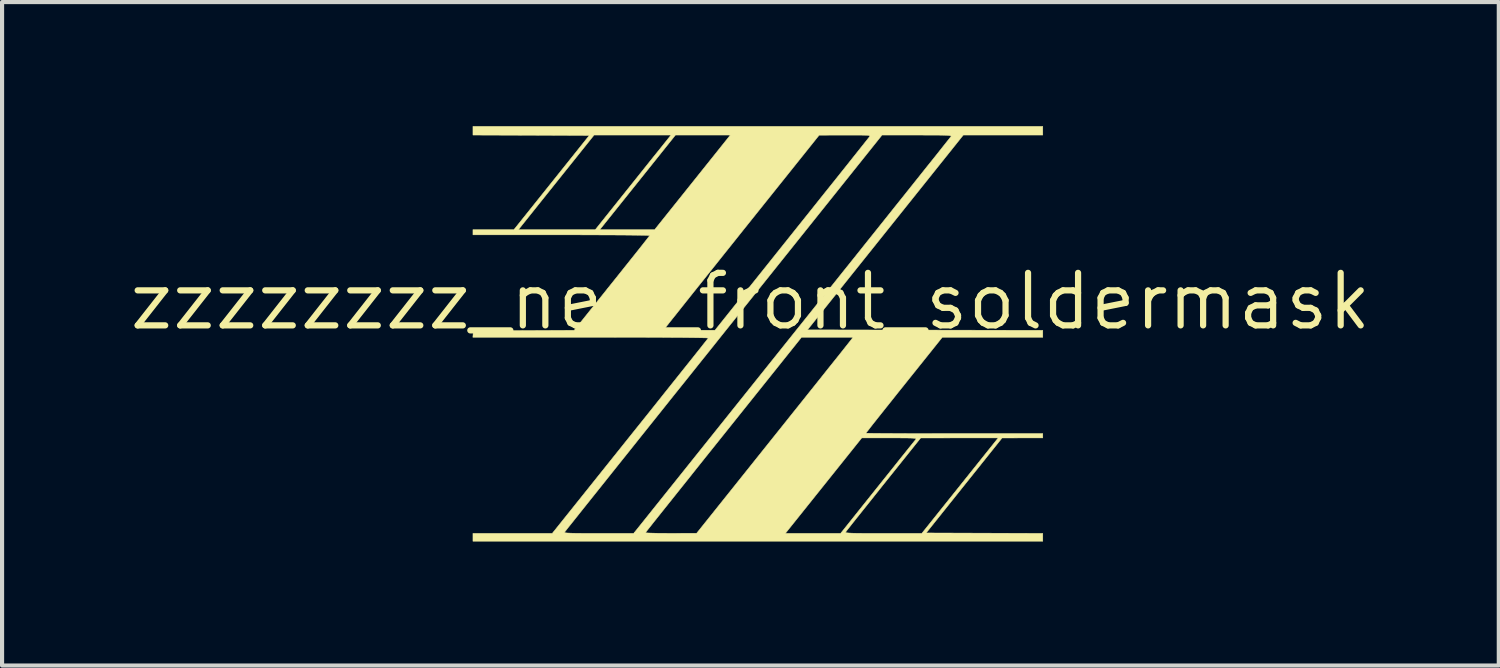
<source format=kicad_pcb>
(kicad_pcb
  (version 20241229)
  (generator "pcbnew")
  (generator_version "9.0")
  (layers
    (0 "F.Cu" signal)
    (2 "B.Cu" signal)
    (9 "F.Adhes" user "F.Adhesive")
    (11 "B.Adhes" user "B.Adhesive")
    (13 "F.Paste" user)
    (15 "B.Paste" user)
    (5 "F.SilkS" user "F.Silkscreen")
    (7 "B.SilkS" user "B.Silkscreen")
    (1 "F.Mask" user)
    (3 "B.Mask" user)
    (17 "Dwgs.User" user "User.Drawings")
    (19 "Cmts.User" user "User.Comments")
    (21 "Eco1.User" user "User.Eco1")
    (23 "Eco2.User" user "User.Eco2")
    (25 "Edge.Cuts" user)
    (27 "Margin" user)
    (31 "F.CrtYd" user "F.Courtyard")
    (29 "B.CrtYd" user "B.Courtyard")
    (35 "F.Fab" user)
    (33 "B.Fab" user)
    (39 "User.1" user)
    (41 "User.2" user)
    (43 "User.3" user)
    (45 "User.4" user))
  (footprint "zzzzzzzz_new_front_soldermask"
    (layer "F.Cu")
    (at 15.096 4.238)
    (property "Reference" "zzzzzzzz_new_front_soldermask" (at 0 0 0) (layer "F.SilkS") (effects (font (size 1.27 1.27) (thickness 0.15))))
    (attr through_hole)
    (fp_poly (pts (xy -2.844 -4.063) (xy -2.666 -4.062) (xy -2.501 -4.06) (xy -2.354 -4.058) (xy -2.233 -4.056) (xy -2.142 -4.052) (xy -2.099 -4.05) (xy -2.013 -4.042) (xy -1.961 -4.034) (xy -1.937 -4.023) (xy -1.931 -4.007) (xy -1.933 -3.997) (xy -1.948 -3.974) (xy -1.987 -3.921) (xy -2.048 -3.841) (xy -2.129 -3.736) (xy -2.228 -3.609) (xy -2.343 -3.463) (xy -2.471 -3.301) (xy -2.61 -3.126) (xy -2.758 -2.939) (xy -2.849 -2.826) (xy -3.755 -1.693) (xy -4.645 -1.696) (xy -4.836 -1.697) (xy -5.015 -1.698) (xy -5.177 -1.699) (xy -5.318 -1.701) (xy -5.432 -1.703) (xy -5.516 -1.705) (xy -5.564 -1.707) (xy -5.573 -1.708) (xy -5.602 -1.731) (xy -5.605 -1.751) (xy -5.591 -1.773) (xy -5.553 -1.825) (xy -5.492 -1.905) (xy -5.412 -2.009) (xy -5.313 -2.135) (xy -5.199 -2.28) (xy -5.072 -2.442) (xy -4.933 -2.618) (xy -4.784 -2.804) (xy -4.688 -2.924) (xy -3.778 -4.063) (xy -3.027 -4.064) (xy -2.844 -4.063)) (stroke (width 0.01) (type solid)) (fill yes) (layer "F.Mask"))
    (fp_poly (pts (xy 5.022 3.281) (xy 5.216 3.282) (xy 5.397 3.283) (xy 5.56 3.285) (xy 5.703 3.287) (xy 5.819 3.291) (xy 5.905 3.294) (xy 5.955 3.298) (xy 5.967 3.3) (xy 5.974 3.304) (xy 5.98 3.308) (xy 5.982 3.315) (xy 5.98 3.325) (xy 5.971 3.343) (xy 5.954 3.37) (xy 5.927 3.408) (xy 5.889 3.46) (xy 5.837 3.528) (xy 5.77 3.614) (xy 5.686 3.72) (xy 5.584 3.849) (xy 5.462 4.002) (xy 5.317 4.183) (xy 5.15 4.394) (xy 5.027 4.547) (xy 4.18 5.609) (xy 3.245 5.609) (xy 2.984 5.609) (xy 2.766 5.607) (xy 2.589 5.605) (xy 2.454 5.601) (xy 2.36 5.597) (xy 2.308 5.591) (xy 2.296 5.587) (xy 2.295 5.553) (xy 2.302 5.539) (xy 2.318 5.519) (xy 2.359 5.468) (xy 2.421 5.39) (xy 2.504 5.287) (xy 2.604 5.162) (xy 2.719 5.018) (xy 2.847 4.857) (xy 2.986 4.683) (xy 3.134 4.498) (xy 3.214 4.397) (xy 4.107 3.281) (xy 5.022 3.281)) (stroke (width 0.01) (type solid)) (fill yes) (layer "F.Mask"))
    (fp_poly (pts (xy 4.286 -4.063) (xy 4.488 -4.062) (xy 4.653 -4.059) (xy 4.777 -4.056) (xy 4.861 -4.051) (xy 4.905 -4.046) (xy 4.911 -4.043) (xy 4.898 -4.025) (xy 4.859 -3.975) (xy 4.796 -3.895) (xy 4.71 -3.785) (xy 4.602 -3.648) (xy 4.472 -3.484) (xy 4.322 -3.295) (xy 4.152 -3.082) (xy 3.965 -2.847) (xy 3.761 -2.59) (xy 3.54 -2.313) (xy 3.304 -2.018) (xy 3.055 -1.705) (xy 2.792 -1.376) (xy 2.518 -1.032) (xy 2.232 -0.675) (xy 1.937 -0.305) (xy 1.633 0.075) (xy 1.321 0.465) (xy 1.058 0.794) (xy -2.794 5.609) (xy -3.639 5.609) (xy -3.883 5.609) (xy -4.085 5.607) (xy -4.247 5.604) (xy -4.368 5.601) (xy -4.449 5.596) (xy -4.492 5.59) (xy -4.499 5.587) (xy -4.498 5.555) (xy -4.482 5.528) (xy -4.462 5.504) (xy -4.418 5.45) (xy -4.356 5.371) (xy -4.277 5.273) (xy -4.186 5.158) (xy -4.085 5.031) (xy -4.031 4.964) (xy -3.981 4.9) (xy -3.905 4.805) (xy -3.805 4.679) (xy -3.683 4.526) (xy -3.54 4.346) (xy -3.376 4.141) (xy -3.194 3.913) (xy -2.994 3.663) (xy -2.779 3.393) (xy -2.548 3.105) (xy -2.305 2.799) (xy -2.048 2.479) (xy -1.781 2.144) (xy -1.505 1.798) (xy -1.22 1.441) (xy -0.928 1.076) (xy -0.63 0.703) (xy -0.328 0.325) (xy -0.216 0.185) (xy 3.18 -4.064) (xy 4.045 -4.064) (xy 4.286 -4.063)) (stroke (width 0.01) (type solid)) (fill yes) (layer "F.Mask"))
    (fp_poly (pts (xy 7.07 -4.022) (xy 5.148 -4.022) (xy 3.264 -1.667) (xy 1.38 0.688) (xy 7.07 0.699) (xy 7.07 0.868) (xy 4.64 0.868) (xy 3.717 2.021) (xy 3.563 2.213) (xy 3.418 2.396) (xy 3.282 2.566) (xy 3.159 2.721) (xy 3.05 2.858) (xy 2.957 2.975) (xy 2.884 3.069) (xy 2.831 3.137) (xy 2.8 3.176) (xy 2.794 3.185) (xy 2.815 3.187) (xy 2.875 3.188) (xy 2.972 3.19) (xy 3.103 3.191) (xy 3.264 3.192) (xy 3.454 3.193) (xy 3.67 3.194) (xy 3.908 3.195) (xy 4.166 3.195) (xy 4.441 3.196) (xy 4.73 3.196) (xy 4.932 3.196) (xy 7.07 3.196) (xy 7.07 3.302) (xy 6.578 3.302) (xy 6.085 3.303) (xy 4.25 5.599) (xy 5.66 5.604) (xy 7.07 5.609) (xy 7.07 5.8) (xy -6.71 5.8) (xy -6.71 5.609) (xy -4.792 5.609) (xy -4.769 5.58) (xy -4.494 5.58) (xy -4.492 5.588) (xy -4.476 5.594) (xy -4.442 5.599) (xy -4.386 5.602) (xy -4.305 5.605) (xy -4.195 5.607) (xy -4.053 5.608) (xy -3.876 5.609) (xy -3.667 5.609) (xy -2.824 5.609) (xy 0.846 5.609) (xy 2.18 5.609) (xy 2.203 5.581) (xy 2.301 5.581) (xy 2.302 5.588) (xy 2.319 5.593) (xy 2.353 5.598) (xy 2.408 5.602) (xy 2.487 5.605) (xy 2.594 5.607) (xy 2.733 5.608) (xy 2.905 5.609) (xy 3.116 5.609) (xy 3.214 5.609) (xy 4.144 5.609) (xy 5.99 3.302) (xy 5.054 3.302) (xy 4.117 3.303) (xy 3.217 4.427) (xy 3.065 4.618) (xy 2.921 4.799) (xy 2.786 4.968) (xy 2.663 5.122) (xy 2.554 5.258) (xy 2.462 5.374) (xy 2.389 5.467) (xy 2.336 5.534) (xy 2.307 5.573) (xy 2.301 5.581) (xy 2.203 5.581) (xy 3.072 4.493) (xy 3.224 4.303) (xy 3.369 4.122) (xy 3.504 3.953) (xy 3.627 3.798) (xy 3.737 3.662) (xy 3.83 3.545) (xy 3.905 3.452) (xy 3.959 3.385) (xy 3.99 3.347) (xy 3.996 3.339) (xy 4.003 3.329) (xy 4.002 3.321) (xy 3.988 3.314) (xy 3.957 3.31) (xy 3.905 3.306) (xy 3.828 3.304) (xy 3.723 3.303) (xy 3.584 3.302) (xy 3.408 3.302) (xy 3.36 3.302) (xy 2.692 3.302) (xy 0.846 5.609) (xy -2.824 5.609) (xy -2.809 5.591) (xy -2.536 5.591) (xy -2.518 5.596) (xy -2.462 5.6) (xy -2.375 5.603) (xy -2.26 5.606) (xy -2.124 5.607) (xy -1.971 5.608) (xy -1.923 5.608) (xy -1.302 5.607) (xy 0.55 3.29) (xy 0.77 3.015) (xy 0.983 2.748) (xy 1.188 2.492) (xy 1.382 2.249) (xy 1.565 2.02) (xy 1.735 1.807) (xy 1.89 1.612) (xy 2.03 1.437) (xy 2.152 1.285) (xy 2.254 1.156) (xy 2.336 1.053) (xy 2.395 0.978) (xy 2.431 0.933) (xy 2.441 0.92) (xy 2.48 0.868) (xy 1.236 0.868) (xy -0.647 3.221) (xy -0.868 3.497) (xy -1.082 3.764) (xy -1.287 4.021) (xy -1.481 4.265) (xy -1.664 4.494) (xy -1.834 4.707) (xy -1.989 4.901) (xy -2.128 5.075) (xy -2.249 5.227) (xy -2.351 5.355) (xy -2.432 5.458) (xy -2.491 5.532) (xy -2.526 5.578) (xy -2.536 5.591) (xy -2.809 5.591) (xy 1.007 0.822) (xy 1.323 0.427) (xy 1.633 0.039) (xy 1.935 -0.338) (xy 2.228 -0.705) (xy 2.512 -1.059) (xy 2.784 -1.4) (xy 3.044 -1.725) (xy 3.291 -2.034) (xy 3.524 -2.326) (xy 3.742 -2.598) (xy 3.943 -2.85) (xy 4.127 -3.081) (xy 4.293 -3.289) (xy 4.44 -3.472) (xy 4.566 -3.63) (xy 4.67 -3.762) (xy 4.752 -3.865) (xy 4.811 -3.939) (xy 4.845 -3.982) (xy 4.854 -3.993) (xy 4.852 -4) (xy 4.836 -4.006) (xy 4.802 -4.011) (xy 4.746 -4.015) (xy 4.664 -4.018) (xy 4.555 -4.02) (xy 4.413 -4.021) (xy 4.236 -4.021) (xy 4.027 -4.022) (xy 3.183 -4.022) (xy -0.647 0.765) (xy -0.963 1.161) (xy -1.273 1.548) (xy -1.575 1.926) (xy -1.869 2.292) (xy -2.152 2.647) (xy -2.424 2.987) (xy -2.684 3.312) (xy -2.931 3.622) (xy -3.164 3.913) (xy -3.382 4.186) (xy -3.583 4.438) (xy -3.767 4.668) (xy -3.933 4.876) (xy -4.08 5.06) (xy -4.206 5.218) (xy -4.31 5.349) (xy -4.393 5.452) (xy -4.451 5.526) (xy -4.485 5.569) (xy -4.494 5.58) (xy -4.769 5.58) (xy -2.909 3.256) (xy -2.688 2.98) (xy -2.474 2.713) (xy -2.269 2.456) (xy -2.075 2.212) (xy -1.892 1.983) (xy -1.722 1.77) (xy -1.567 1.576) (xy -1.428 1.402) (xy -1.307 1.25) (xy -1.205 1.122) (xy -1.124 1.019) (xy -1.065 0.945) (xy -1.03 0.899) (xy -1.02 0.886) (xy -1.039 0.884) (xy -1.099 0.882) (xy -1.196 0.88) (xy -1.329 0.878) (xy -1.494 0.876) (xy -1.689 0.874) (xy -1.911 0.873) (xy -2.16 0.871) (xy -2.431 0.87) (xy -2.722 0.869) (xy -3.031 0.869) (xy -3.356 0.868) (xy -3.694 0.868) (xy -3.862 0.868) (xy -6.712 0.868) (xy -6.706 0.788) (xy -6.699 0.709) (xy -4.262 0.698) (xy -4.246 0.678) (xy -2.08 0.678) (xy -2.07 0.685) (xy -2.044 0.69) (xy -1.999 0.694) (xy -1.931 0.696) (xy -1.834 0.697) (xy -1.705 0.698) (xy -1.539 0.698) (xy -1.479 0.697) (xy -0.857 0.696) (xy 0.995 -1.621) (xy 1.214 -1.895) (xy 1.427 -2.161) (xy 1.631 -2.417) (xy 1.825 -2.66) (xy 2.008 -2.888) (xy 2.177 -3.1) (xy 2.332 -3.294) (xy 2.47 -3.468) (xy 2.591 -3.62) (xy 2.692 -3.747) (xy 2.773 -3.849) (xy 2.832 -3.923) (xy 2.867 -3.967) (xy 2.876 -3.98) (xy 2.883 -3.992) (xy 2.884 -4.001) (xy 2.874 -4.008) (xy 2.849 -4.014) (xy 2.804 -4.017) (xy 2.735 -4.019) (xy 2.638 -4.021) (xy 2.509 -4.021) (xy 2.343 -4.021) (xy 2.283 -4.021) (xy 1.662 -4.019) (xy -0.191 -1.703) (xy -0.41 -1.428) (xy -0.623 -1.162) (xy -0.827 -0.906) (xy -1.021 -0.663) (xy -1.203 -0.435) (xy -1.373 -0.223) (xy -1.527 -0.029) (xy -1.666 0.145) (xy -1.786 0.297) (xy -1.888 0.424) (xy -1.969 0.526) (xy -2.027 0.6) (xy -2.062 0.644) (xy -2.072 0.656) (xy -2.079 0.668) (xy -2.08 0.678) (xy -4.246 0.678) (xy -3.354 -0.437) (xy -3.201 -0.628) (xy -3.056 -0.81) (xy -2.921 -0.979) (xy -2.798 -1.133) (xy -2.69 -1.269) (xy -2.598 -1.385) (xy -2.525 -1.478) (xy -2.473 -1.544) (xy -2.443 -1.583) (xy -2.438 -1.591) (xy -2.457 -1.593) (xy -2.517 -1.596) (xy -2.613 -1.598) (xy -2.742 -1.6) (xy -2.903 -1.602) (xy -3.093 -1.604) (xy -3.307 -1.605) (xy -3.545 -1.606) (xy -3.802 -1.607) (xy -4.077 -1.608) (xy -4.365 -1.609) (xy -4.57 -1.609) (xy -6.71 -1.609) (xy -6.71 -1.736) (xy -5.719 -1.736) (xy -5.609 -1.736) (xy -3.751 -1.736) (xy -3.641 -1.736) (xy -2.316 -1.736) (xy -1.401 -2.879) (xy -0.487 -4.022) (xy -1.812 -4.022) (xy -2.726 -2.879) (xy -3.641 -1.736) (xy -3.751 -1.736) (xy -2.909 -2.789) (xy -2.76 -2.975) (xy -2.617 -3.154) (xy -2.483 -3.322) (xy -2.36 -3.476) (xy -2.25 -3.612) (xy -2.156 -3.729) (xy -2.081 -3.823) (xy -2.027 -3.89) (xy -1.997 -3.928) (xy -1.994 -3.932) (xy -1.921 -4.022) (xy -3.78 -4.022) (xy -4.695 -2.879) (xy -5.609 -1.736) (xy -5.719 -1.736) (xy -4.809 -2.873) (xy -3.899 -4.011) (xy -5.304 -4.017) (xy -6.71 -4.022) (xy -6.71 -4.233) (xy 7.07 -4.233) (xy 7.07 -4.022)) (stroke (width 0.01) (type solid)) (fill yes) (layer "F.SilkS")))
  (gr_rect
    (start -3 -3)
    (end 33.192 13.043)
    (stroke (width 0.1) (type default))
    (fill no)
    (layer "Edge.Cuts")))
</source>
